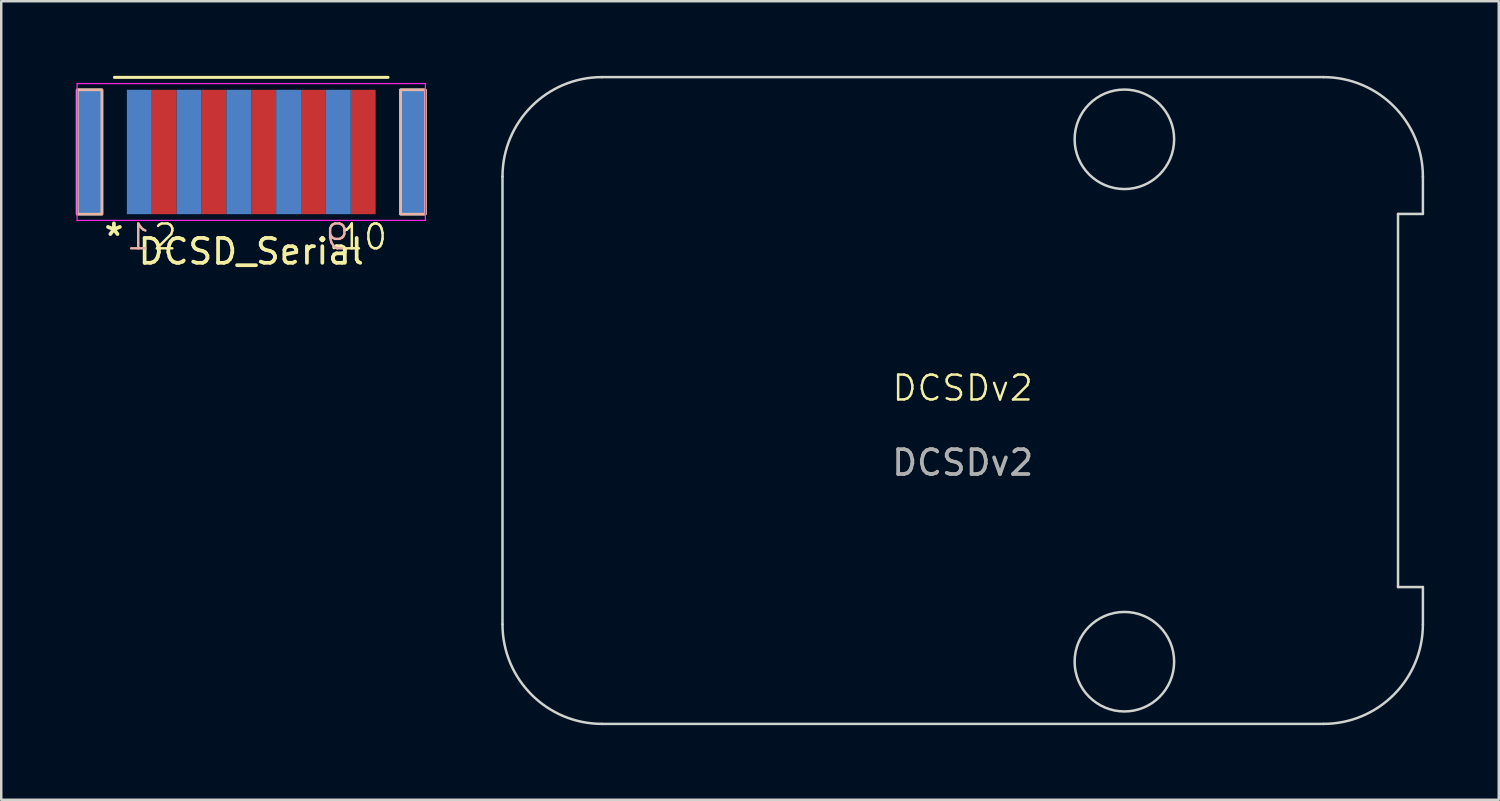
<source format=kicad_pcb>
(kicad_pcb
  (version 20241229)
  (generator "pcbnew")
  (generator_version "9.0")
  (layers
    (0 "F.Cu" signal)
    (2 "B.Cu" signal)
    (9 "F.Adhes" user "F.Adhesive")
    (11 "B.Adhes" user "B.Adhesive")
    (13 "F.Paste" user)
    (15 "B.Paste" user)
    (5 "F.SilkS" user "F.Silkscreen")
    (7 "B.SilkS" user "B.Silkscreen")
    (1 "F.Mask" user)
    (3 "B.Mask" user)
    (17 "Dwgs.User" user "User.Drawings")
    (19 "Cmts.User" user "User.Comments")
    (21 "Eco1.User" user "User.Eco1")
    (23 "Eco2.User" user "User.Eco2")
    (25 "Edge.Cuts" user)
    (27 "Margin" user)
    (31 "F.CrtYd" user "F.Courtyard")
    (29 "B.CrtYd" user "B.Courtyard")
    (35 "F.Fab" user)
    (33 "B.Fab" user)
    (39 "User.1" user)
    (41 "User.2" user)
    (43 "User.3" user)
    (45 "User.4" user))
  (footprint "DCSD_Serial"
    (layer "F.Cu")
    (at 7.05 3.06)
    (property "Reference" "DCSD_Serial" (at 0 4 0) (layer "F.SilkS") (effects (font (size 1 1) (thickness 0.15))))
    (attr smd)
    (fp_line (start -5.5 -3) (end 5.5 -3) (stroke (width 0.12) (type default)) (layer "F.SilkS"))
    (fp_rect (start -6 2.5) (end -7 -2.5) (stroke (width 0.1) (type default)) (fill no) (layer "F.SilkS"))
    (fp_rect (start 6 -2.5) (end 7 2.5) (stroke (width 0.1) (type default)) (fill no) (layer "F.SilkS"))
    (fp_rect (start -6 2.5) (end -7 -2.5) (stroke (width 0.1) (type default)) (fill no) (layer "B.SilkS"))
    (fp_rect (start 6 -2.5) (end 7 2.5) (stroke (width 0.1) (type default)) (fill no) (layer "B.SilkS"))
    (fp_line (start -7 -2.75) (end 7 -2.75) (stroke (width 0.05) (type default)) (layer "F.CrtYd"))
    (fp_line (start -7 2.75) (end -7 -2.75) (stroke (width 0.05) (type default)) (layer "F.CrtYd"))
    (fp_line (start 7 -2.75) (end 7 2.75) (stroke (width 0.05) (type default)) (layer "F.CrtYd"))
    (fp_line (start 7 2.75) (end -7 2.75) (stroke (width 0.05) (type default)) (layer "F.CrtYd"))
    (fp_text user "10" (at 3.5 4 0) (unlocked yes) (layer "F.SilkS") (effects (font (size 1 1) (thickness 0.1)) (justify left bottom)))
    (fp_text user "2" (at -4 4 0) (unlocked yes) (layer "F.SilkS") (effects (font (size 1 1) (thickness 0.1)) (justify left bottom)))
    (fp_text user "*" (at -6 4 0) (unlocked yes) (layer "F.SilkS") (effects (font (size 1 1) (thickness 0.15)) (justify left bottom)))
    (fp_text user "9" (at 4 4 0) (unlocked yes) (layer "B.SilkS") (effects (font (size 1 1) (thickness 0.1)) (justify left bottom mirror)))
    (fp_text user "1" (at -4 4 0) (unlocked yes) (layer "B.SilkS") (effects (font (size 1 1) (thickness 0.1)) (justify left bottom mirror)))
    (pad "1" smd rect (at -4.5 0) (size 1 5) (layers "B.Cu" "B.Mask" "B.Paste"))
    (pad "2" smd rect (at -3.5 0) (size 1 5) (layers "F.Cu" "F.Mask" "F.Paste"))
    (pad "3" smd rect (at -2.5 0) (size 1 5) (layers "B.Cu" "B.Mask" "B.Paste"))
    (pad "4" smd rect (at -1.5 0) (size 1 5) (layers "F.Cu" "F.Mask" "F.Paste"))
    (pad "5" smd rect (at -0.5 0) (size 1 5) (layers "B.Cu" "B.Mask" "B.Paste"))
    (pad "6" smd rect (at 0.5 0) (size 1 5) (layers "F.Cu" "F.Mask" "F.Paste"))
    (pad "7" smd rect (at 1.5 0) (size 1 5) (layers "B.Cu" "B.Mask" "B.Paste"))
    (pad "8" smd rect (at 2.5 0) (size 1 5) (layers "F.Cu" "F.Mask" "F.Paste"))
    (pad "9" smd rect (at 3.5 0) (size 1 5) (layers "B.Cu" "B.Mask" "B.Paste"))
    (pad "10" smd rect (at 4.5 0) (size 1 5) (layers "F.Cu" "F.Mask" "F.Paste"))
    (pad "SHIELD" smd rect (at -6.5 0) (size 1 5) (layers "F.Cu" "F.Mask" "F.Paste"))
    (pad "SHIELD" smd rect (at -6.5 0) (size 1 5) (layers "B.Cu" "B.Mask" "B.Paste"))
    (pad "SHIELD" smd rect (at 6.5 0) (size 1 5) (layers "F.Cu" "F.Mask" "F.Paste"))
    (pad "SHIELD" smd rect (at 6.5 0) (size 1 5) (layers "B.Cu" "B.Mask" "B.Paste")))
  (footprint "DCSDv2"
    (layer "F.Cu")
    (at 35.65 13.05)
    (property "Reference" "DCSDv2" (at 0 -0.5 0) (unlocked yes) (layer "F.SilkS") (effects (font (size 1 1) (thickness 0.1))))
    (attr smd)
    (fp_line (start -18.5 -9) (end -18.5 9) (stroke (width 0.1) (type default)) (layer "Edge.Cuts"))
    (fp_line (start -14.5 13) (end 14.5 13) (stroke (width 0.1) (type default)) (layer "Edge.Cuts"))
    (fp_line (start 14.5 -13) (end -14.5 -13) (stroke (width 0.1) (type default)) (layer "Edge.Cuts"))
    (fp_line (start 17.5 -7.5) (end 18.5 -7.5) (stroke (width 0.1) (type default)) (layer "Edge.Cuts"))
    (fp_line (start 17.5 7.5) (end 17.5 -7.5) (stroke (width 0.1) (type default)) (layer "Edge.Cuts"))
    (fp_line (start 17.5 7.5) (end 18.5 7.5) (stroke (width 0.1) (type default)) (layer "Edge.Cuts"))
    (fp_line (start 18.5 -7.5) (end 18.5 -9) (stroke (width 0.1) (type default)) (layer "Edge.Cuts"))
    (fp_line (start 18.5 9) (end 18.5 7.5) (stroke (width 0.1) (type default)) (layer "Edge.Cuts"))
    (fp_arc (start -18.5 -9) (mid -17.328427 -11.828427) (end -14.5 -13) (stroke (width 0.1) (type default)) (layer "Edge.Cuts"))
    (fp_arc (start -14.5 13) (mid -17.328427 11.828427) (end -18.5 9) (stroke (width 0.1) (type default)) (layer "Edge.Cuts"))
    (fp_arc (start 14.5 -13) (mid 17.328427 -11.828427) (end 18.5 -9) (stroke (width 0.1) (type default)) (layer "Edge.Cuts"))
    (fp_arc (start 18.5 9) (mid 17.328427 11.828427) (end 14.5 13) (stroke (width 0.1) (type default)) (layer "Edge.Cuts"))
    (fp_circle (center 6.5 -10.5) (end 8.5 -10.5) (stroke (width 0.1) (type default)) (fill no) (layer "Edge.Cuts"))
    (fp_circle (center 6.5 10.5) (end 8.5 10.5) (stroke (width 0.1) (type default)) (fill no) (layer "Edge.Cuts"))
    (fp_text user "${REFERENCE}" (at 0 2.5 0) (unlocked yes) (layer "F.Fab") (effects (font (size 1 1) (thickness 0.15)))))
  (gr_rect
    (start -3 -3)
    (end 57.2 29.1)
    (stroke (width 0.1) (type default))
    (fill no)
    (layer "Edge.Cuts")))
</source>
